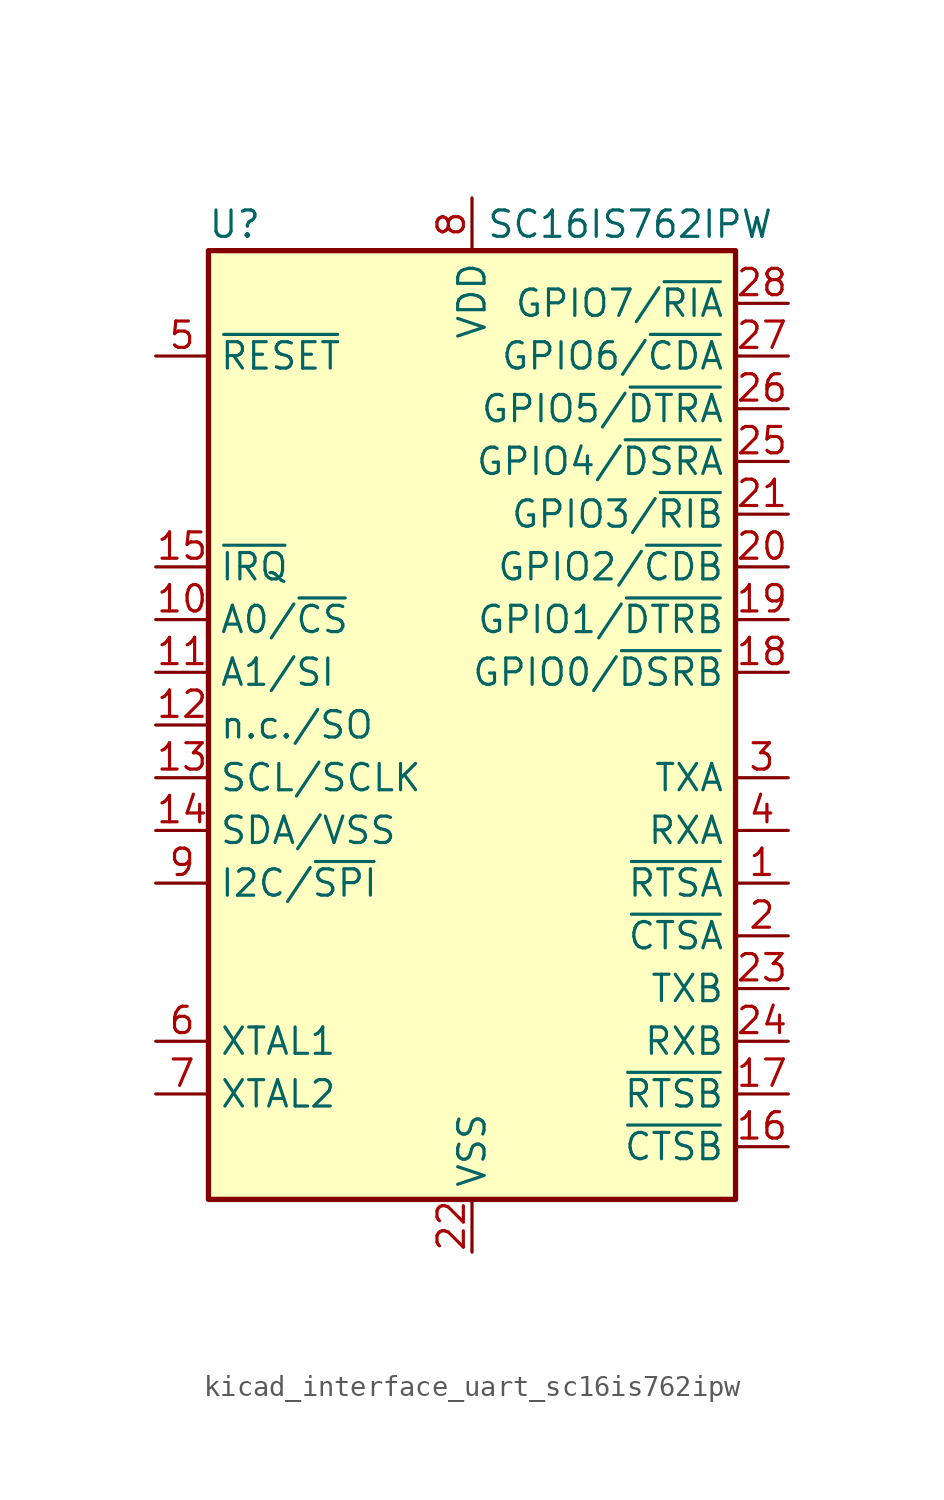
<source format=kicad_sym>
(kicad_symbol_lib
  (version 20220914)
  (generator kicad_symbol_editor)
  (symbol "kicad_interface_uart_sc16is762ipw"
    (property "Reference" "U"
      (at -11.43 24.13 0)
      (effects (font (size 1.27 1.27))))
    (property "Value" "SC16IS762IPW"
      (at 7.62 24.13 0)
      (effects (font (size 1.27 1.27))))
    (symbol "kicad_interface_uart_sc16is762ipw_0_1"
      (rectangle (start -12.7 22.86) (end 12.7 -22.86) (stroke (width 0.254) (type default)) (fill (type background))))
    (symbol "kicad_interface_uart_sc16is762ipw_1_1"
      (pin output line (at 15.24 -7.62 180) (length 2.54) (name "~{RTSA}" (effects (font (size 1.27 1.27)))) (number "1" (effects (font (size 1.27 1.27)))))
      (pin input line (at -15.24 5.08 0) (length 2.54) (name "A0/~{CS}" (effects (font (size 1.27 1.27)))) (number "10" (effects (font (size 1.27 1.27)))))
      (pin input line (at -15.24 2.54 0) (length 2.54) (name "A1/SI" (effects (font (size 1.27 1.27)))) (number "11" (effects (font (size 1.27 1.27)))))
      (pin output line (at -15.24 0 0) (length 2.54) (name "n.c./SO" (effects (font (size 1.27 1.27)))) (number "12" (effects (font (size 1.27 1.27)))))
      (pin input line (at -15.24 -2.54 0) (length 2.54) (name "SCL/SCLK" (effects (font (size 1.27 1.27)))) (number "13" (effects (font (size 1.27 1.27)))))
      (pin bidirectional line (at -15.24 -5.08 0) (length 2.54) (name "SDA/VSS" (effects (font (size 1.27 1.27)))) (number "14" (effects (font (size 1.27 1.27)))))
      (pin open_collector line (at -15.24 7.62 0) (length 2.54) (name "~{IRQ}" (effects (font (size 1.27 1.27)))) (number "15" (effects (font (size 1.27 1.27)))))
      (pin input line (at 15.24 -20.32 180) (length 2.54) (name "~{CTSB}" (effects (font (size 1.27 1.27)))) (number "16" (effects (font (size 1.27 1.27)))))
      (pin output line (at 15.24 -17.78 180) (length 2.54) (name "~{RTSB}" (effects (font (size 1.27 1.27)))) (number "17" (effects (font (size 1.27 1.27)))))
      (pin bidirectional line (at 15.24 2.54 180) (length 2.54) (name "GPIO0/~{DSRB}" (effects (font (size 1.27 1.27)))) (number "18" (effects (font (size 1.27 1.27)))))
      (pin bidirectional line (at 15.24 5.08 180) (length 2.54) (name "GPIO1/~{DTRB}" (effects (font (size 1.27 1.27)))) (number "19" (effects (font (size 1.27 1.27)))))
      (pin input line (at 15.24 -10.16 180) (length 2.54) (name "~{CTSA}" (effects (font (size 1.27 1.27)))) (number "2" (effects (font (size 1.27 1.27)))))
      (pin bidirectional line (at 15.24 7.62 180) (length 2.54) (name "GPIO2/~{CDB}" (effects (font (size 1.27 1.27)))) (number "20" (effects (font (size 1.27 1.27)))))
      (pin bidirectional line (at 15.24 10.16 180) (length 2.54) (name "GPIO3/~{RIB}" (effects (font (size 1.27 1.27)))) (number "21" (effects (font (size 1.27 1.27)))))
      (pin power_in line (at 0 -25.4 90) (length 2.54) (name "VSS" (effects (font (size 1.27 1.27)))) (number "22" (effects (font (size 1.27 1.27)))))
      (pin output line (at 15.24 -12.7 180) (length 2.54) (name "TXB" (effects (font (size 1.27 1.27)))) (number "23" (effects (font (size 1.27 1.27)))))
      (pin input line (at 15.24 -15.24 180) (length 2.54) (name "RXB" (effects (font (size 1.27 1.27)))) (number "24" (effects (font (size 1.27 1.27)))))
      (pin bidirectional line (at 15.24 12.7 180) (length 2.54) (name "GPIO4/~{DSRA}" (effects (font (size 1.27 1.27)))) (number "25" (effects (font (size 1.27 1.27)))))
      (pin bidirectional line (at 15.24 15.24 180) (length 2.54) (name "GPIO5/~{DTRA}" (effects (font (size 1.27 1.27)))) (number "26" (effects (font (size 1.27 1.27)))))
      (pin bidirectional line (at 15.24 17.78 180) (length 2.54) (name "GPIO6/~{CDA}" (effects (font (size 1.27 1.27)))) (number "27" (effects (font (size 1.27 1.27)))))
      (pin bidirectional line (at 15.24 20.32 180) (length 2.54) (name "GPIO7/~{RIA}" (effects (font (size 1.27 1.27)))) (number "28" (effects (font (size 1.27 1.27)))))
      (pin output line (at 15.24 -2.54 180) (length 2.54) (name "TXA" (effects (font (size 1.27 1.27)))) (number "3" (effects (font (size 1.27 1.27)))))
      (pin input line (at 15.24 -5.08 180) (length 2.54) (name "RXA" (effects (font (size 1.27 1.27)))) (number "4" (effects (font (size 1.27 1.27)))))
      (pin input line (at -15.24 17.78 0) (length 2.54) (name "~{RESET}" (effects (font (size 1.27 1.27)))) (number "5" (effects (font (size 1.27 1.27)))))
      (pin input line (at -15.24 -15.24 0) (length 2.54) (name "XTAL1" (effects (font (size 1.27 1.27)))) (number "6" (effects (font (size 1.27 1.27)))))
      (pin output line (at -15.24 -17.78 0) (length 2.54) (name "XTAL2" (effects (font (size 1.27 1.27)))) (number "7" (effects (font (size 1.27 1.27)))))
      (pin power_in line (at 0 25.4 270) (length 2.54) (name "VDD" (effects (font (size 1.27 1.27)))) (number "8" (effects (font (size 1.27 1.27)))))
      (pin input line (at -15.24 -7.62 0) (length 2.54) (name "I2C/~{SPI}" (effects (font (size 1.27 1.27)))) (number "9" (effects (font (size 1.27 1.27))))))))
</source>
